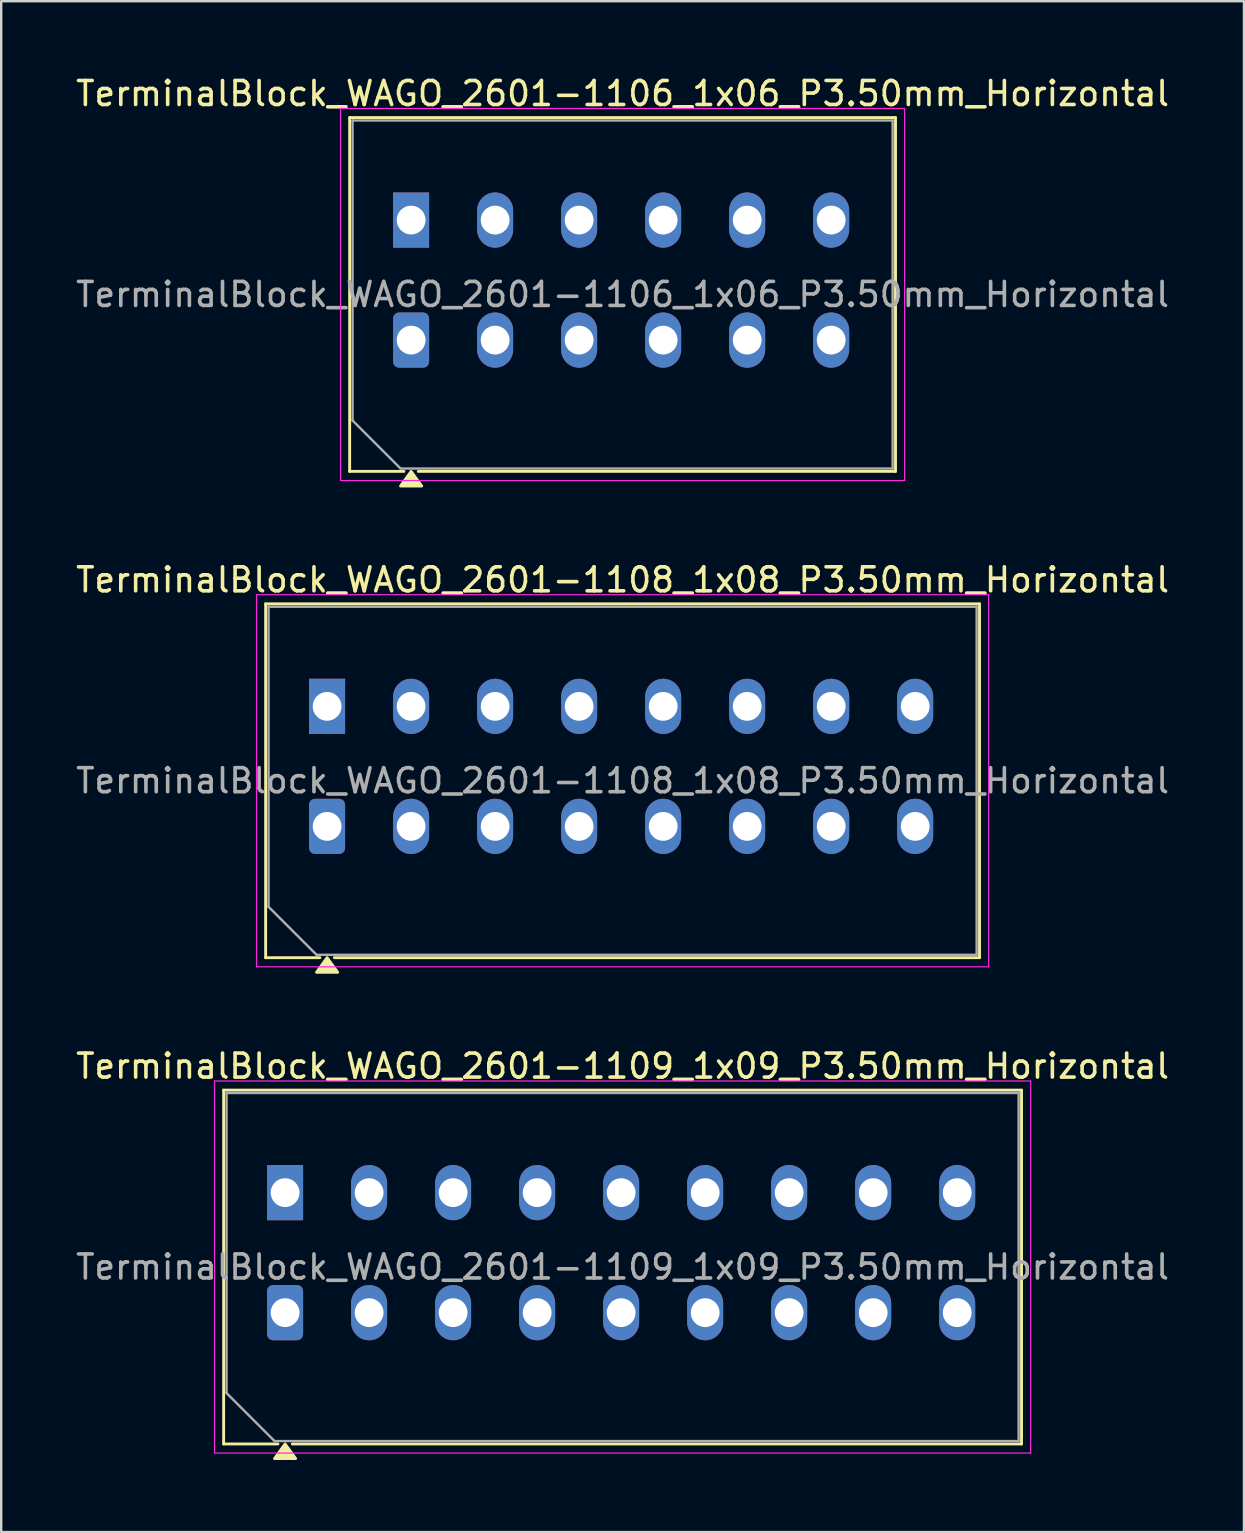
<source format=kicad_pcb>
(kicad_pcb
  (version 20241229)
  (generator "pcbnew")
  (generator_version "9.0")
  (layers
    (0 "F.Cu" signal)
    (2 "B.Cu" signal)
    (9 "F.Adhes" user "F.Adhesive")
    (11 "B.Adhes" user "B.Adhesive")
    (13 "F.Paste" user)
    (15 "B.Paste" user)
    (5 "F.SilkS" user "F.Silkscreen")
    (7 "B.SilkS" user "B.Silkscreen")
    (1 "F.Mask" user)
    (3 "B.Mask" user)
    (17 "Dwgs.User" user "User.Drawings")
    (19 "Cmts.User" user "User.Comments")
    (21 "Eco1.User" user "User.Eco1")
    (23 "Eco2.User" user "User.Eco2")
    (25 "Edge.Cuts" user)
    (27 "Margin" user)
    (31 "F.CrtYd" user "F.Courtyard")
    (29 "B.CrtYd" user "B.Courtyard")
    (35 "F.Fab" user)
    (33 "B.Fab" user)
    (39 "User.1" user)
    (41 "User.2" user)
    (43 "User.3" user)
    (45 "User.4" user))
  (footprint "TerminalBlock_WAGO_2601-1106_1x06_P3.50mm_Horizontal"
    (layer "F.Cu")
    (at 14.077 11.118)
    (property "Reference" "TerminalBlock_WAGO_2601-1106_1x06_P3.50mm_Horizontal" (at 8.81 -10.27 0) (layer "F.SilkS") (effects (font (size 1 1) (thickness 0.15))))
    (attr through_hole)
    (fp_line (start -2.56 -9.27) (end 20.18 -9.27) (stroke (width 0.12) (type solid)) (layer "F.SilkS"))
    (fp_line (start -2.56 5.47) (end -2.56 -9.27) (stroke (width 0.12) (type solid)) (layer "F.SilkS"))
    (fp_line (start -0.3 5.47) (end -2.56 5.47) (stroke (width 0.12) (type solid)) (layer "F.SilkS"))
    (fp_line (start 20.18 -9.27) (end 20.18 5.47) (stroke (width 0.12) (type solid)) (layer "F.SilkS"))
    (fp_line (start 20.18 5.47) (end 0.3 5.47) (stroke (width 0.12) (type solid)) (layer "F.SilkS"))
    (fp_poly (pts (xy 0 5.47) (xy 0.44 6.08) (xy -0.44 6.08)) (stroke (width 0.12) (type solid)) (fill yes) (layer "F.SilkS"))
    (fp_line (start -2.94 -9.65) (end -2.94 5.85) (stroke (width 0.05) (type solid)) (layer "F.CrtYd"))
    (fp_line (start -2.94 5.85) (end 20.56 5.85) (stroke (width 0.05) (type solid)) (layer "F.CrtYd"))
    (fp_line (start 20.56 -9.65) (end -2.94 -9.65) (stroke (width 0.05) (type solid)) (layer "F.CrtYd"))
    (fp_line (start 20.56 5.85) (end 20.56 -9.65) (stroke (width 0.05) (type solid)) (layer "F.CrtYd"))
    (fp_line (start -2.44 -9.15) (end 20.06 -9.15) (stroke (width 0.1) (type solid)) (layer "F.Fab"))
    (fp_line (start -2.44 3.35) (end -2.44 -9.15) (stroke (width 0.1) (type solid)) (layer "F.Fab"))
    (fp_line (start -0.44 5.35) (end -2.44 3.35) (stroke (width 0.1) (type solid)) (layer "F.Fab"))
    (fp_line (start 20.06 -9.15) (end 20.06 5.35) (stroke (width 0.1) (type solid)) (layer "F.Fab"))
    (fp_line (start 20.06 5.35) (end -0.44 5.35) (stroke (width 0.1) (type solid)) (layer "F.Fab"))
    (fp_text user "${REFERENCE}" (at 8.81 -1.9 0) (layer "F.Fab") (effects (font (size 1 1) (thickness 0.15))))
    (pad "1" thru_hole rect (at 0 -5) (size 1.5 2.3) (drill 1.2) (layers "*.Cu" "*.Mask"))
    (pad "1" thru_hole roundrect (at 0 0) (size 1.5 2.3) (drill 1.2) (layers "*.Cu" "*.Mask") (roundrect_rratio 0.167))
    (pad "2" thru_hole oval (at 3.5 -5) (size 1.5 2.3) (drill 1.2) (layers "*.Cu" "*.Mask"))
    (pad "2" thru_hole oval (at 3.5 0) (size 1.5 2.3) (drill 1.2) (layers "*.Cu" "*.Mask"))
    (pad "3" thru_hole oval (at 7 -5) (size 1.5 2.3) (drill 1.2) (layers "*.Cu" "*.Mask"))
    (pad "3" thru_hole oval (at 7 0) (size 1.5 2.3) (drill 1.2) (layers "*.Cu" "*.Mask"))
    (pad "4" thru_hole oval (at 10.5 -5) (size 1.5 2.3) (drill 1.2) (layers "*.Cu" "*.Mask"))
    (pad "4" thru_hole oval (at 10.5 0) (size 1.5 2.3) (drill 1.2) (layers "*.Cu" "*.Mask"))
    (pad "5" thru_hole oval (at 14 -5) (size 1.5 2.3) (drill 1.2) (layers "*.Cu" "*.Mask"))
    (pad "5" thru_hole oval (at 14 0) (size 1.5 2.3) (drill 1.2) (layers "*.Cu" "*.Mask"))
    (pad "6" thru_hole oval (at 17.5 -5) (size 1.5 2.3) (drill 1.2) (layers "*.Cu" "*.Mask"))
    (pad "6" thru_hole oval (at 17.5 0) (size 1.5 2.3) (drill 1.2) (layers "*.Cu" "*.Mask")))
  (footprint "TerminalBlock_WAGO_2601-1108_1x08_P3.50mm_Horizontal"
    (layer "F.Cu")
    (at 10.577 31.377)
    (property "Reference" "TerminalBlock_WAGO_2601-1108_1x08_P3.50mm_Horizontal" (at 12.31 -10.27 0) (layer "F.SilkS") (effects (font (size 1 1) (thickness 0.15))))
    (attr through_hole)
    (fp_line (start -2.56 -9.27) (end 27.18 -9.27) (stroke (width 0.12) (type solid)) (layer "F.SilkS"))
    (fp_line (start -2.56 5.47) (end -2.56 -9.27) (stroke (width 0.12) (type solid)) (layer "F.SilkS"))
    (fp_line (start -0.3 5.47) (end -2.56 5.47) (stroke (width 0.12) (type solid)) (layer "F.SilkS"))
    (fp_line (start 27.18 -9.27) (end 27.18 5.47) (stroke (width 0.12) (type solid)) (layer "F.SilkS"))
    (fp_line (start 27.18 5.47) (end 0.3 5.47) (stroke (width 0.12) (type solid)) (layer "F.SilkS"))
    (fp_poly (pts (xy 0 5.47) (xy 0.44 6.08) (xy -0.44 6.08)) (stroke (width 0.12) (type solid)) (fill yes) (layer "F.SilkS"))
    (fp_line (start -2.94 -9.65) (end -2.94 5.85) (stroke (width 0.05) (type solid)) (layer "F.CrtYd"))
    (fp_line (start -2.94 5.85) (end 27.56 5.85) (stroke (width 0.05) (type solid)) (layer "F.CrtYd"))
    (fp_line (start 27.56 -9.65) (end -2.94 -9.65) (stroke (width 0.05) (type solid)) (layer "F.CrtYd"))
    (fp_line (start 27.56 5.85) (end 27.56 -9.65) (stroke (width 0.05) (type solid)) (layer "F.CrtYd"))
    (fp_line (start -2.44 -9.15) (end 27.06 -9.15) (stroke (width 0.1) (type solid)) (layer "F.Fab"))
    (fp_line (start -2.44 3.35) (end -2.44 -9.15) (stroke (width 0.1) (type solid)) (layer "F.Fab"))
    (fp_line (start -0.44 5.35) (end -2.44 3.35) (stroke (width 0.1) (type solid)) (layer "F.Fab"))
    (fp_line (start 27.06 -9.15) (end 27.06 5.35) (stroke (width 0.1) (type solid)) (layer "F.Fab"))
    (fp_line (start 27.06 5.35) (end -0.44 5.35) (stroke (width 0.1) (type solid)) (layer "F.Fab"))
    (fp_text user "${REFERENCE}" (at 12.31 -1.9 0) (layer "F.Fab") (effects (font (size 1 1) (thickness 0.15))))
    (pad "1" thru_hole rect (at 0 -5) (size 1.5 2.3) (drill 1.2) (layers "*.Cu" "*.Mask"))
    (pad "1" thru_hole roundrect (at 0 0) (size 1.5 2.3) (drill 1.2) (layers "*.Cu" "*.Mask") (roundrect_rratio 0.167))
    (pad "2" thru_hole oval (at 3.5 -5) (size 1.5 2.3) (drill 1.2) (layers "*.Cu" "*.Mask"))
    (pad "2" thru_hole oval (at 3.5 0) (size 1.5 2.3) (drill 1.2) (layers "*.Cu" "*.Mask"))
    (pad "3" thru_hole oval (at 7 -5) (size 1.5 2.3) (drill 1.2) (layers "*.Cu" "*.Mask"))
    (pad "3" thru_hole oval (at 7 0) (size 1.5 2.3) (drill 1.2) (layers "*.Cu" "*.Mask"))
    (pad "4" thru_hole oval (at 10.5 -5) (size 1.5 2.3) (drill 1.2) (layers "*.Cu" "*.Mask"))
    (pad "4" thru_hole oval (at 10.5 0) (size 1.5 2.3) (drill 1.2) (layers "*.Cu" "*.Mask"))
    (pad "5" thru_hole oval (at 14 -5) (size 1.5 2.3) (drill 1.2) (layers "*.Cu" "*.Mask"))
    (pad "5" thru_hole oval (at 14 0) (size 1.5 2.3) (drill 1.2) (layers "*.Cu" "*.Mask"))
    (pad "6" thru_hole oval (at 17.5 -5) (size 1.5 2.3) (drill 1.2) (layers "*.Cu" "*.Mask"))
    (pad "6" thru_hole oval (at 17.5 0) (size 1.5 2.3) (drill 1.2) (layers "*.Cu" "*.Mask"))
    (pad "7" thru_hole oval (at 21 -5) (size 1.5 2.3) (drill 1.2) (layers "*.Cu" "*.Mask"))
    (pad "7" thru_hole oval (at 21 0) (size 1.5 2.3) (drill 1.2) (layers "*.Cu" "*.Mask"))
    (pad "8" thru_hole oval (at 24.5 -5) (size 1.5 2.3) (drill 1.2) (layers "*.Cu" "*.Mask"))
    (pad "8" thru_hole oval (at 24.5 0) (size 1.5 2.3) (drill 1.2) (layers "*.Cu" "*.Mask")))
  (footprint "TerminalBlock_WAGO_2601-1109_1x09_P3.50mm_Horizontal"
    (layer "F.Cu")
    (at 8.827 51.635)
    (property "Reference" "TerminalBlock_WAGO_2601-1109_1x09_P3.50mm_Horizontal" (at 14.06 -10.27 0) (layer "F.SilkS") (effects (font (size 1 1) (thickness 0.15))))
    (attr through_hole)
    (fp_line (start -2.56 -9.27) (end 30.68 -9.27) (stroke (width 0.12) (type solid)) (layer "F.SilkS"))
    (fp_line (start -2.56 5.47) (end -2.56 -9.27) (stroke (width 0.12) (type solid)) (layer "F.SilkS"))
    (fp_line (start -0.3 5.47) (end -2.56 5.47) (stroke (width 0.12) (type solid)) (layer "F.SilkS"))
    (fp_line (start 30.68 -9.27) (end 30.68 5.47) (stroke (width 0.12) (type solid)) (layer "F.SilkS"))
    (fp_line (start 30.68 5.47) (end 0.3 5.47) (stroke (width 0.12) (type solid)) (layer "F.SilkS"))
    (fp_poly (pts (xy 0 5.47) (xy 0.44 6.08) (xy -0.44 6.08)) (stroke (width 0.12) (type solid)) (fill yes) (layer "F.SilkS"))
    (fp_line (start -2.94 -9.65) (end -2.94 5.85) (stroke (width 0.05) (type solid)) (layer "F.CrtYd"))
    (fp_line (start -2.94 5.85) (end 31.06 5.85) (stroke (width 0.05) (type solid)) (layer "F.CrtYd"))
    (fp_line (start 31.06 -9.65) (end -2.94 -9.65) (stroke (width 0.05) (type solid)) (layer "F.CrtYd"))
    (fp_line (start 31.06 5.85) (end 31.06 -9.65) (stroke (width 0.05) (type solid)) (layer "F.CrtYd"))
    (fp_line (start -2.44 -9.15) (end 30.56 -9.15) (stroke (width 0.1) (type solid)) (layer "F.Fab"))
    (fp_line (start -2.44 3.35) (end -2.44 -9.15) (stroke (width 0.1) (type solid)) (layer "F.Fab"))
    (fp_line (start -0.44 5.35) (end -2.44 3.35) (stroke (width 0.1) (type solid)) (layer "F.Fab"))
    (fp_line (start 30.56 -9.15) (end 30.56 5.35) (stroke (width 0.1) (type solid)) (layer "F.Fab"))
    (fp_line (start 30.56 5.35) (end -0.44 5.35) (stroke (width 0.1) (type solid)) (layer "F.Fab"))
    (fp_text user "${REFERENCE}" (at 14.06 -1.9 0) (layer "F.Fab") (effects (font (size 1 1) (thickness 0.15))))
    (pad "1" thru_hole rect (at 0 -5) (size 1.5 2.3) (drill 1.2) (layers "*.Cu" "*.Mask"))
    (pad "1" thru_hole roundrect (at 0 0) (size 1.5 2.3) (drill 1.2) (layers "*.Cu" "*.Mask") (roundrect_rratio 0.167))
    (pad "2" thru_hole oval (at 3.5 -5) (size 1.5 2.3) (drill 1.2) (layers "*.Cu" "*.Mask"))
    (pad "2" thru_hole oval (at 3.5 0) (size 1.5 2.3) (drill 1.2) (layers "*.Cu" "*.Mask"))
    (pad "3" thru_hole oval (at 7 -5) (size 1.5 2.3) (drill 1.2) (layers "*.Cu" "*.Mask"))
    (pad "3" thru_hole oval (at 7 0) (size 1.5 2.3) (drill 1.2) (layers "*.Cu" "*.Mask"))
    (pad "4" thru_hole oval (at 10.5 -5) (size 1.5 2.3) (drill 1.2) (layers "*.Cu" "*.Mask"))
    (pad "4" thru_hole oval (at 10.5 0) (size 1.5 2.3) (drill 1.2) (layers "*.Cu" "*.Mask"))
    (pad "5" thru_hole oval (at 14 -5) (size 1.5 2.3) (drill 1.2) (layers "*.Cu" "*.Mask"))
    (pad "5" thru_hole oval (at 14 0) (size 1.5 2.3) (drill 1.2) (layers "*.Cu" "*.Mask"))
    (pad "6" thru_hole oval (at 17.5 -5) (size 1.5 2.3) (drill 1.2) (layers "*.Cu" "*.Mask"))
    (pad "6" thru_hole oval (at 17.5 0) (size 1.5 2.3) (drill 1.2) (layers "*.Cu" "*.Mask"))
    (pad "7" thru_hole oval (at 21 -5) (size 1.5 2.3) (drill 1.2) (layers "*.Cu" "*.Mask"))
    (pad "7" thru_hole oval (at 21 0) (size 1.5 2.3) (drill 1.2) (layers "*.Cu" "*.Mask"))
    (pad "8" thru_hole oval (at 24.5 -5) (size 1.5 2.3) (drill 1.2) (layers "*.Cu" "*.Mask"))
    (pad "8" thru_hole oval (at 24.5 0) (size 1.5 2.3) (drill 1.2) (layers "*.Cu" "*.Mask"))
    (pad "9" thru_hole oval (at 28 -5) (size 1.5 2.3) (drill 1.2) (layers "*.Cu" "*.Mask"))
    (pad "9" thru_hole oval (at 28 0) (size 1.5 2.3) (drill 1.2) (layers "*.Cu" "*.Mask")))
  (gr_rect
    (start -3 -3)
    (end 48.774 60.775)
    (stroke (width 0.1) (type default))
    (fill no)
    (layer "Edge.Cuts")))
</source>
